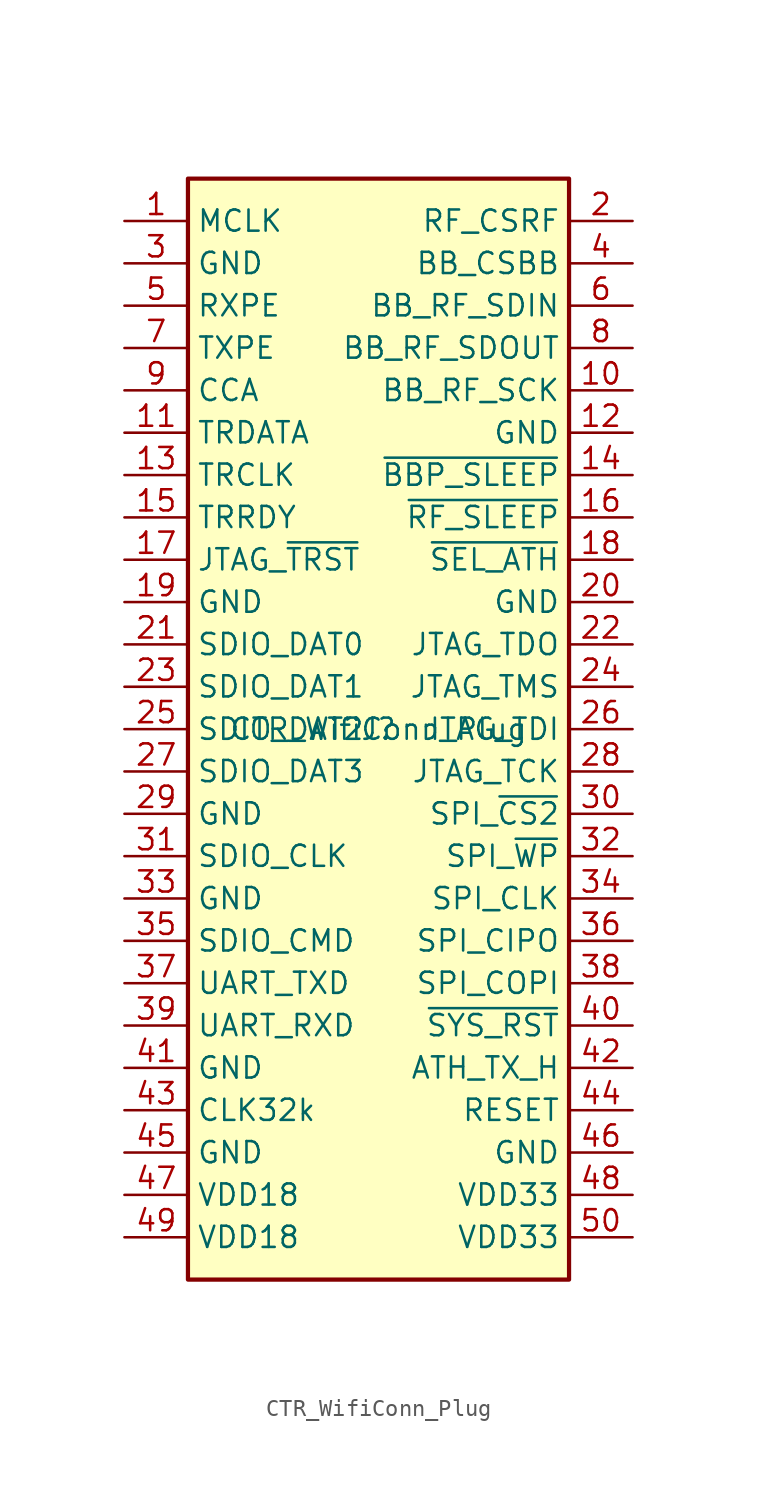
<source format=kicad_sym>
(kicad_symbol_lib
  (version 20231120)
  (generator "kicad_symbol_editor")
  (generator_version "8.0")
  (symbol "CTR_WifiConn_Plug"
    (property "Reference" "J"
      (at 0 0 0)
      (effects (font (size 1.27 1.27))))
    (property "Value" "CTR_WifiConn_Plug"
      (at 0 0 0)
      (effects (font (size 1.27 1.27))))
    (symbol "CTR_WifiConn_Plug_1_1"
      (rectangle (start -11.43 33.02) (end 11.43 -33.02) (stroke (width 0.254) (type default)) (fill (type background)))
      (pin passive line (at -15.24 30.48 0) (length 3.81) (name "MCLK" (effects (font (size 1.27 1.27)))) (number "1" (effects (font (size 1.27 1.27)))))
      (pin passive line (at 15.24 20.32 180) (length 3.81) (name "BB_RF_SCK" (effects (font (size 1.27 1.27)))) (number "10" (effects (font (size 1.27 1.27)))))
      (pin passive line (at -15.24 17.78 0) (length 3.81) (name "TRDATA" (effects (font (size 1.27 1.27)))) (number "11" (effects (font (size 1.27 1.27)))))
      (pin passive line (at 15.24 17.78 180) (length 3.81) (name "GND" (effects (font (size 1.27 1.27)))) (number "12" (effects (font (size 1.27 1.27)))))
      (pin passive line (at -15.24 15.24 0) (length 3.81) (name "TRCLK" (effects (font (size 1.27 1.27)))) (number "13" (effects (font (size 1.27 1.27)))))
      (pin passive line (at 15.24 15.24 180) (length 3.81) (name "~{BBP_SLEEP}" (effects (font (size 1.27 1.27)))) (number "14" (effects (font (size 1.27 1.27)))))
      (pin passive line (at -15.24 12.7 0) (length 3.81) (name "TRRDY" (effects (font (size 1.27 1.27)))) (number "15" (effects (font (size 1.27 1.27)))))
      (pin passive line (at 15.24 12.7 180) (length 3.81) (name "~{RF_SLEEP}" (effects (font (size 1.27 1.27)))) (number "16" (effects (font (size 1.27 1.27)))))
      (pin output line (at -15.24 10.16 0) (length 3.81) (name "JTAG_~{TRST}" (effects (font (size 1.27 1.27)))) (number "17" (effects (font (size 1.27 1.27)))))
      (pin output line (at 15.24 10.16 180) (length 3.81) (name "~{SEL_ATH}" (effects (font (size 1.27 1.27)))) (number "18" (effects (font (size 1.27 1.27)))))
      (pin passive line (at -15.24 7.62 0) (length 3.81) (name "GND" (effects (font (size 1.27 1.27)))) (number "19" (effects (font (size 1.27 1.27)))))
      (pin passive line (at 15.24 30.48 180) (length 3.81) (name "RF_CSRF" (effects (font (size 1.27 1.27)))) (number "2" (effects (font (size 1.27 1.27)))))
      (pin passive line (at 15.24 7.62 180) (length 3.81) (name "GND" (effects (font (size 1.27 1.27)))) (number "20" (effects (font (size 1.27 1.27)))))
      (pin bidirectional line (at -15.24 5.08 0) (length 3.81) (name "SDIO_DAT0" (effects (font (size 1.27 1.27)))) (number "21" (effects (font (size 1.27 1.27)))))
      (pin output line (at 15.24 5.08 180) (length 3.81) (name "JTAG_TDO" (effects (font (size 1.27 1.27)))) (number "22" (effects (font (size 1.27 1.27)))))
      (pin bidirectional line (at -15.24 2.54 0) (length 3.81) (name "SDIO_DAT1" (effects (font (size 1.27 1.27)))) (number "23" (effects (font (size 1.27 1.27)))))
      (pin output line (at 15.24 2.54 180) (length 3.81) (name "JTAG_TMS" (effects (font (size 1.27 1.27)))) (number "24" (effects (font (size 1.27 1.27)))))
      (pin bidirectional line (at -15.24 0 0) (length 3.81) (name "SDIO_DAT2" (effects (font (size 1.27 1.27)))) (number "25" (effects (font (size 1.27 1.27)))))
      (pin input line (at 15.24 0 180) (length 3.81) (name "JTAG_TDI" (effects (font (size 1.27 1.27)))) (number "26" (effects (font (size 1.27 1.27)))))
      (pin bidirectional line (at -15.24 -2.54 0) (length 3.81) (name "SDIO_DAT3" (effects (font (size 1.27 1.27)))) (number "27" (effects (font (size 1.27 1.27)))))
      (pin output line (at 15.24 -2.54 180) (length 3.81) (name "JTAG_TCK" (effects (font (size 1.27 1.27)))) (number "28" (effects (font (size 1.27 1.27)))))
      (pin passive line (at -15.24 -5.08 0) (length 3.81) (name "GND" (effects (font (size 1.27 1.27)))) (number "29" (effects (font (size 1.27 1.27)))))
      (pin passive line (at -15.24 27.94 0) (length 3.81) (name "GND" (effects (font (size 1.27 1.27)))) (number "3" (effects (font (size 1.27 1.27)))))
      (pin output line (at 15.24 -5.08 180) (length 3.81) (name "SPI_~{CS2}" (effects (font (size 1.27 1.27)))) (number "30" (effects (font (size 1.27 1.27)))))
      (pin output line (at -15.24 -7.62 0) (length 3.81) (name "SDIO_CLK" (effects (font (size 1.27 1.27)))) (number "31" (effects (font (size 1.27 1.27)))))
      (pin output line (at 15.24 -7.62 180) (length 3.81) (name "SPI_~{WP}" (effects (font (size 1.27 1.27)))) (number "32" (effects (font (size 1.27 1.27)))))
      (pin passive line (at -15.24 -10.16 0) (length 3.81) (name "GND" (effects (font (size 1.27 1.27)))) (number "33" (effects (font (size 1.27 1.27)))))
      (pin output line (at 15.24 -10.16 180) (length 3.81) (name "SPI_CLK" (effects (font (size 1.27 1.27)))) (number "34" (effects (font (size 1.27 1.27)))))
      (pin output line (at -15.24 -12.7 0) (length 3.81) (name "SDIO_CMD" (effects (font (size 1.27 1.27)))) (number "35" (effects (font (size 1.27 1.27)))))
      (pin input line (at 15.24 -12.7 180) (length 3.81) (name "SPI_CIPO" (effects (font (size 1.27 1.27)))) (number "36" (effects (font (size 1.27 1.27)))))
      (pin passive line (at -15.24 -15.24 0) (length 3.81) (name "UART_TXD" (effects (font (size 1.27 1.27)))) (number "37" (effects (font (size 1.27 1.27)))))
      (pin output line (at 15.24 -15.24 180) (length 3.81) (name "SPI_COPI" (effects (font (size 1.27 1.27)))) (number "38" (effects (font (size 1.27 1.27)))))
      (pin passive line (at -15.24 -17.78 0) (length 3.81) (name "UART_RXD" (effects (font (size 1.27 1.27)))) (number "39" (effects (font (size 1.27 1.27)))))
      (pin passive line (at 15.24 27.94 180) (length 3.81) (name "BB_CSBB" (effects (font (size 1.27 1.27)))) (number "4" (effects (font (size 1.27 1.27)))))
      (pin passive line (at 15.24 -17.78 180) (length 3.81) (name "~{SYS_RST}" (effects (font (size 1.27 1.27)))) (number "40" (effects (font (size 1.27 1.27)))))
      (pin passive line (at -15.24 -20.32 0) (length 3.81) (name "GND" (effects (font (size 1.27 1.27)))) (number "41" (effects (font (size 1.27 1.27)))))
      (pin passive line (at 15.24 -20.32 180) (length 3.81) (name "ATH_TX_H" (effects (font (size 1.27 1.27)))) (number "42" (effects (font (size 1.27 1.27)))))
      (pin output line (at -15.24 -22.86 0) (length 3.81) (name "CLK32k" (effects (font (size 1.27 1.27)))) (number "43" (effects (font (size 1.27 1.27)))))
      (pin passive line (at 15.24 -22.86 180) (length 3.81) (name "RESET" (effects (font (size 1.27 1.27)))) (number "44" (effects (font (size 1.27 1.27)))))
      (pin passive line (at -15.24 -25.4 0) (length 3.81) (name "GND" (effects (font (size 1.27 1.27)))) (number "45" (effects (font (size 1.27 1.27)))))
      (pin passive line (at 15.24 -25.4 180) (length 3.81) (name "GND" (effects (font (size 1.27 1.27)))) (number "46" (effects (font (size 1.27 1.27)))))
      (pin power_out line (at -15.24 -27.94 0) (length 3.81) (name "VDD18" (effects (font (size 1.27 1.27)))) (number "47" (effects (font (size 1.27 1.27)))))
      (pin power_out line (at 15.24 -27.94 180) (length 3.81) (name "VDD33" (effects (font (size 1.27 1.27)))) (number "48" (effects (font (size 1.27 1.27)))))
      (pin power_out line (at -15.24 -30.48 0) (length 3.81) (name "VDD18" (effects (font (size 1.27 1.27)))) (number "49" (effects (font (size 1.27 1.27)))))
      (pin passive line (at -15.24 25.4 0) (length 3.81) (name "RXPE" (effects (font (size 1.27 1.27)))) (number "5" (effects (font (size 1.27 1.27)))))
      (pin power_out line (at 15.24 -30.48 180) (length 3.81) (name "VDD33" (effects (font (size 1.27 1.27)))) (number "50" (effects (font (size 1.27 1.27)))))
      (pin passive line (at 15.24 25.4 180) (length 3.81) (name "BB_RF_SDIN" (effects (font (size 1.27 1.27)))) (number "6" (effects (font (size 1.27 1.27)))))
      (pin passive line (at -15.24 22.86 0) (length 3.81) (name "TXPE" (effects (font (size 1.27 1.27)))) (number "7" (effects (font (size 1.27 1.27)))))
      (pin passive line (at 15.24 22.86 180) (length 3.81) (name "BB_RF_SDOUT" (effects (font (size 1.27 1.27)))) (number "8" (effects (font (size 1.27 1.27)))))
      (pin passive line (at -15.24 20.32 0) (length 3.81) (name "CCA" (effects (font (size 1.27 1.27)))) (number "9" (effects (font (size 1.27 1.27))))))))
</source>
